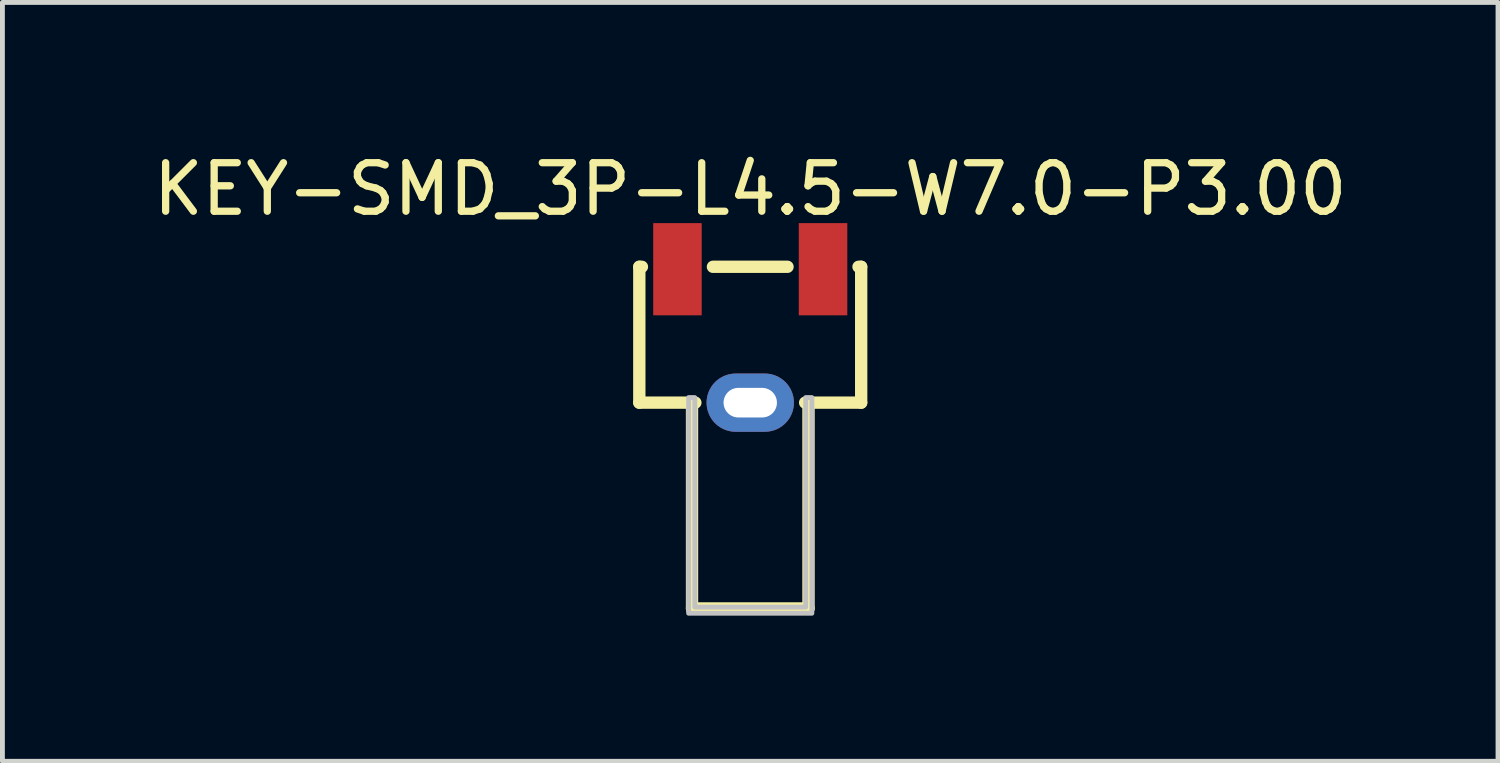
<source format=kicad_pcb>
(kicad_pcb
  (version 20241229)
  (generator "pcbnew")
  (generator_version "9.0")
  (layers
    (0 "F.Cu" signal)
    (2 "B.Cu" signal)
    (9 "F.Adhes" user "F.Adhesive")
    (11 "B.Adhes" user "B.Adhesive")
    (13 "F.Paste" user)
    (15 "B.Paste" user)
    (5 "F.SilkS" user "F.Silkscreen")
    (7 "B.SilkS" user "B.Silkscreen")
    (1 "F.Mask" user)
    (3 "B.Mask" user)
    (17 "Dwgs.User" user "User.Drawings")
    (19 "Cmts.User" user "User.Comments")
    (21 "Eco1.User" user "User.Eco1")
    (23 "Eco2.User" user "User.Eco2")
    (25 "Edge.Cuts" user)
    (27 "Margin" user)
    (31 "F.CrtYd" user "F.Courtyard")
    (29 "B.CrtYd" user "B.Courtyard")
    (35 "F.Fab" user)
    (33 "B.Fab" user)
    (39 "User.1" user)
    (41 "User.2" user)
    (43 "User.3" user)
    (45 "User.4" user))
  (footprint "KEY-SMD_3P-L4.5-W7.0-P3.00"
    (layer "F.Cu")
    (at 12.411 3.873)
    (property "Reference" "KEY-SMD_3P-L4.5-W7.0-P3.00" (at 0 -3.025 0) (unlocked yes) (layer "F.SilkS") (effects (font (size 1 1) (thickness 0.15))))
    (fp_line (start -2.286 -1.425) (end -2.286 1.375) (stroke (width 0.254) (type default)) (layer "F.SilkS"))
    (fp_line (start -2.286 -1.425) (end -2.232 -1.425) (stroke (width 0.254) (type default)) (layer "F.SilkS"))
    (fp_line (start -2.286 1.375) (end -1.131 1.375) (stroke (width 0.254) (type default)) (layer "F.SilkS"))
    (fp_line (start -1.2 1.375) (end -1.2 5.615) (stroke (width 0.254) (type default)) (layer "F.SilkS"))
    (fp_line (start -1.2 5.615) (end 1.2 5.615) (stroke (width 0.254) (type default)) (layer "F.SilkS"))
    (fp_line (start -0.769 -1.425) (end 0.768 -1.425) (stroke (width 0.254) (type default)) (layer "F.SilkS"))
    (fp_line (start 1.131 1.375) (end 2.286 1.375) (stroke (width 0.254) (type default)) (layer "F.SilkS"))
    (fp_line (start 1.2 5.615) (end 1.2 1.375) (stroke (width 0.254) (type default)) (layer "F.SilkS"))
    (fp_line (start 2.231 -1.425) (end 2.286 -1.425) (stroke (width 0.254) (type default)) (layer "F.SilkS"))
    (fp_line (start 2.286 -1.425) (end 2.286 1.375) (stroke (width 0.254) (type default)) (layer "F.SilkS"))
    (fp_poly (pts (xy -2 -2.325) (xy -2 -0.425) (xy -1 -0.425) (xy -1 -2.325)) (stroke (width 0) (type default)) (fill yes) (layer "F.Paste"))
    (fp_poly (pts (xy 1 -2.325) (xy 1 -0.425) (xy 2 -0.425) (xy 2 -2.325)) (stroke (width 0) (type default)) (fill yes) (layer "F.Paste"))
    (fp_poly (pts (xy -0.3 0.775) (xy -0.33 0.776) (xy -0.36 0.778) (xy -0.39 0.781) (xy -0.419 0.787) (xy -0.448 0.793) (xy -0.477 0.801) (xy -0.505 0.811) (xy -0.533 0.822) (xy -0.56 0.835) (xy -0.587 0.848) (xy -0.613 0.863) (xy -0.638 0.879) (xy -0.662 0.896) (xy -0.686 0.915) (xy -0.708 0.935) (xy -0.73 0.956) (xy -0.75 0.978) (xy -0.769 1.001) (xy -0.787 1.025) (xy -0.804 1.05) (xy -0.82 1.075) (xy -0.834 1.101) (xy -0.847 1.129) (xy -0.859 1.156) (xy -0.869 1.184) (xy -0.877 1.212) (xy -0.885 1.242) (xy -0.891 1.271) (xy -0.895 1.3) (xy -0.898 1.33) (xy -0.9 1.36) (xy -0.9 1.39) (xy -0.898 1.42) (xy -0.895 1.45) (xy -0.891 1.479) (xy -0.885 1.508) (xy -0.877 1.538) (xy -0.869 1.566) (xy -0.859 1.594) (xy -0.847 1.622) (xy -0.834 1.649) (xy -0.82 1.675) (xy -0.804 1.7) (xy -0.787 1.726) (xy -0.769 1.749) (xy -0.75 1.772) (xy -0.73 1.794) (xy -0.708 1.815) (xy -0.686 1.835) (xy -0.662 1.853) (xy -0.638 1.871) (xy -0.613 1.887) (xy -0.587 1.902) (xy -0.56 1.915) (xy -0.533 1.928) (xy -0.505 1.939) (xy -0.477 1.948) (xy -0.448 1.956) (xy -0.419 1.963) (xy -0.39 1.968) (xy -0.36 1.972) (xy -0.33 1.974) (xy -0.3 1.975) (xy 0.3 1.975) (xy 0.33 1.974) (xy 0.359 1.972) (xy 0.39 1.968) (xy 0.419 1.963) (xy 0.448 1.956) (xy 0.476 1.948) (xy 0.505 1.939) (xy 0.533 1.928) (xy 0.56 1.915) (xy 0.587 1.902) (xy 0.613 1.887) (xy 0.638 1.871) (xy 0.662 1.853) (xy 0.685 1.835) (xy 0.708 1.815) (xy 0.73 1.794) (xy 0.75 1.772) (xy 0.769 1.749) (xy 0.787 1.726) (xy 0.804 1.7) (xy 0.82 1.675) (xy 0.834 1.649) (xy 0.847 1.622) (xy 0.859 1.594) (xy 0.869 1.566) (xy 0.877 1.538) (xy 0.885 1.508) (xy 0.891 1.479) (xy 0.895 1.45) (xy 0.898 1.42) (xy 0.899 1.39) (xy 0.899 1.36) (xy 0.898 1.33) (xy 0.895 1.3) (xy 0.891 1.271) (xy 0.885 1.242) (xy 0.877 1.212) (xy 0.869 1.184) (xy 0.859 1.156) (xy 0.847 1.129) (xy 0.834 1.101) (xy 0.82 1.075) (xy 0.804 1.05) (xy 0.787 1.025) (xy 0.769 1.001) (xy 0.75 0.978) (xy 0.73 0.956) (xy 0.708 0.935) (xy 0.685 0.915) (xy 0.662 0.896) (xy 0.638 0.879) (xy 0.613 0.863) (xy 0.587 0.848) (xy 0.56 0.835) (xy 0.533 0.822) (xy 0.505 0.811) (xy 0.476 0.801) (xy 0.448 0.793) (xy 0.419 0.787) (xy 0.39 0.781) (xy 0.359 0.778) (xy 0.33 0.776) (xy 0.3 0.775)) (stroke (width 0) (type default)) (fill yes) (layer "F.Paste"))
    (fp_poly (pts (xy -1.143 1.27) (xy -1.27 1.27) (xy -1.27 5.715) (xy 1.27 5.715) (xy 1.27 1.27) (xy 1.143 1.27) (xy 1.143 5.588) (xy -1.143 5.588)) (stroke (width 0.1) (type default)) (fill no) (layer "Dwgs.User"))
    (fp_poly (pts (xy -1.85 -1.802) (xy -1.15 -1.802) (xy -1.15 -0.501) (xy -1.85 -0.501)) (stroke (width 0.1) (type default)) (fill no) (layer "User.1"))
    (fp_poly (pts (xy -0.375 1.25) (xy 0.375 1.25) (xy 0.375 1.5) (xy -0.375 1.5)) (stroke (width 0.1) (type default)) (fill no) (layer "User.1"))
    (fp_poly (pts (xy 1.15 -1.802) (xy 1.85 -1.802) (xy 1.85 -0.501) (xy 1.15 -0.501)) (stroke (width 0.1) (type default)) (fill no) (layer "User.1"))
    (fp_line (start -2.25 -1.3) (end -2.25 1.5) (stroke (width 0.051) (type default)) (layer "User.2"))
    (fp_line (start -2.25 1.5) (end -1.2 1.5) (stroke (width 0.051) (type default)) (layer "User.2"))
    (fp_line (start -1.2 1.5) (end -1.2 5.7) (stroke (width 0.051) (type default)) (layer "User.2"))
    (fp_line (start -1.2 5.7) (end 1.2 5.7) (stroke (width 0.051) (type default)) (layer "User.2"))
    (fp_line (start 1.2 1.5) (end 2.25 1.5) (stroke (width 0.051) (type default)) (layer "User.2"))
    (fp_line (start 1.2 5.7) (end 1.2 1.5) (stroke (width 0.051) (type default)) (layer "User.2"))
    (fp_line (start 2.25 -1.3) (end -2.25 -1.3) (stroke (width 0.051) (type default)) (layer "User.2"))
    (fp_line (start 2.25 1.5) (end 2.25 -1.3) (stroke (width 0.051) (type default)) (layer "User.2"))
    (fp_poly (pts (xy -2.19 -1.802) (xy -2.208 -1.844) (xy -2.25 -1.861) (xy -2.292 -1.844) (xy -2.31 -1.802) (xy -2.292 -1.759) (xy -2.25 -1.742) (xy -2.208 -1.759)) (stroke (width 0.1) (type default)) (fill no) (layer "User.3"))
    (pad "1" smd rect (at -1.5 -1.375) (size 1 1.9) (layers "F.Cu" "F.Mask" "F.Paste"))
    (pad "2" smd rect (at 1.5 -1.375) (size 1 1.9) (layers "F.Cu" "F.Mask" "F.Paste"))
    (pad "3" thru_hole oval (at 0 1.375) (size 1.8 1.2) (drill oval 1.1 0.61) (layers "*.Cu" "*.Mask")))
  (gr_rect
    (start -3 -3)
    (end 27.821 12.638)
    (stroke (width 0.1) (type default))
    (fill no)
    (layer "Edge.Cuts")))
</source>
